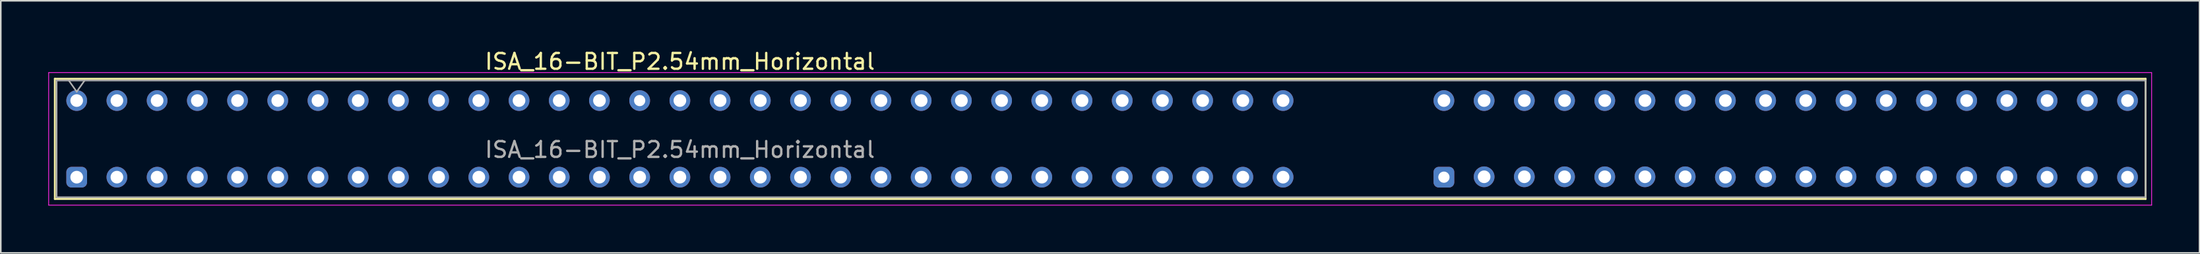
<source format=kicad_pcb>
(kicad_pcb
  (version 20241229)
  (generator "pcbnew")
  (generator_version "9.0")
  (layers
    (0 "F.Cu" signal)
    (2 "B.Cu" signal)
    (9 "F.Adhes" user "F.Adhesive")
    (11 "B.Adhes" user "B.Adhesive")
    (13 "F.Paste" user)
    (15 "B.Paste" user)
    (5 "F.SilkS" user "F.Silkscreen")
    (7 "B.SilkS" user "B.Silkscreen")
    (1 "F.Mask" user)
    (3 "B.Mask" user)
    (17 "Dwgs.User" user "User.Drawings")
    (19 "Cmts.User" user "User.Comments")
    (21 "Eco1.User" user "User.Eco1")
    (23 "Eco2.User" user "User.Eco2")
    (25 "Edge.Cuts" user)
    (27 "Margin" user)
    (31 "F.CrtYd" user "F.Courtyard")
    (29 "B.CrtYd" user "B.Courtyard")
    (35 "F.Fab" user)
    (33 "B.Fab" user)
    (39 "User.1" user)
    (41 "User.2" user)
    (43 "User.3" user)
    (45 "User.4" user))
  (footprint "ISA_16-BIT_P2.54mm_Horizontal"
    (layer "F.Cu")
    (at 65.299 5.604)
    (property "Reference" "ISA_16-BIT_P2.54mm_Horizontal" (at -25.404 -4.756 0) (layer "F.SilkS") (effects (font (size 1 1) (thickness 0.15))))
    (attr through_hole)
    (fp_line (start -64.884 -3.666) (end 67.179 -3.666) (stroke (width 0.12) (type solid)) (layer "F.SilkS"))
    (fp_line (start -64.884 3.945) (end -64.884 -3.666) (stroke (width 0.12) (type solid)) (layer "F.SilkS"))
    (fp_line (start 67.179 -3.666) (end 67.179 3.945) (stroke (width 0.12) (type solid)) (layer "F.SilkS"))
    (fp_line (start 67.179 3.945) (end -64.884 3.945) (stroke (width 0.12) (type solid)) (layer "F.SilkS"))
    (fp_line (start -65.274 -4.056) (end 67.56 -4.056) (stroke (width 0.05) (type solid)) (layer "F.CrtYd"))
    (fp_line (start -65.274 4.335) (end -65.274 -4.056) (stroke (width 0.05) (type solid)) (layer "F.CrtYd"))
    (fp_line (start 67.56 -4.056) (end 67.56 4.335) (stroke (width 0.05) (type solid)) (layer "F.CrtYd"))
    (fp_line (start 67.56 4.335) (end -65.274 4.335) (stroke (width 0.05) (type solid)) (layer "F.CrtYd"))
    (fp_line (start -64.774 -3.556) (end -64.774 3.835) (stroke (width 0.1) (type solid)) (layer "F.Fab"))
    (fp_line (start -64.774 -3.556) (end 67.179 -3.556) (stroke (width 0.1) (type solid)) (layer "F.Fab"))
    (fp_line (start -64.004 -3.556) (end -63.504 -2.849) (stroke (width 0.1) (type solid)) (layer "F.Fab"))
    (fp_line (start -63.504 -2.849) (end -63.004 -3.556) (stroke (width 0.1) (type solid)) (layer "F.Fab"))
    (fp_line (start 67.179 -3.556) (end 67.179 3.835) (stroke (width 0.1) (type solid)) (layer "F.Fab"))
    (fp_line (start 67.179 3.835) (end -64.774 3.835) (stroke (width 0.1) (type solid)) (layer "F.Fab"))
    (fp_text user "${REFERENCE}" (at -25.404 0.824 0) (layer "F.Fab") (effects (font (size 1 1) (thickness 0.15))))
    (pad "A1" thru_hole circle (at -63.504 -2.286) (size 1.31 1.31) (drill 0.8) (layers "*.Cu" "*.Mask"))
    (pad "A2" thru_hole circle (at -60.964 -2.286) (size 1.31 1.31) (drill 0.8) (layers "*.Cu" "*.Mask"))
    (pad "A3" thru_hole circle (at -58.424 -2.286) (size 1.31 1.31) (drill 0.8) (layers "*.Cu" "*.Mask"))
    (pad "A4" thru_hole circle (at -55.884 -2.286) (size 1.31 1.31) (drill 0.8) (layers "*.Cu" "*.Mask"))
    (pad "A5" thru_hole circle (at -53.344 -2.286) (size 1.31 1.31) (drill 0.8) (layers "*.Cu" "*.Mask"))
    (pad "A6" thru_hole circle (at -50.804 -2.286) (size 1.31 1.31) (drill 0.8) (layers "*.Cu" "*.Mask"))
    (pad "A7" thru_hole circle (at -48.264 -2.286) (size 1.31 1.31) (drill 0.8) (layers "*.Cu" "*.Mask"))
    (pad "A8" thru_hole circle (at -45.724 -2.286) (size 1.31 1.31) (drill 0.8) (layers "*.Cu" "*.Mask"))
    (pad "A9" thru_hole circle (at -43.184 -2.286) (size 1.31 1.31) (drill 0.8) (layers "*.Cu" "*.Mask"))
    (pad "A10" thru_hole circle (at -40.644 -2.286) (size 1.31 1.31) (drill 0.8) (layers "*.Cu" "*.Mask"))
    (pad "A11" thru_hole circle (at -38.104 -2.286) (size 1.31 1.31) (drill 0.8) (layers "*.Cu" "*.Mask"))
    (pad "A12" thru_hole circle (at -35.564 -2.286) (size 1.31 1.31) (drill 0.8) (layers "*.Cu" "*.Mask"))
    (pad "A13" thru_hole circle (at -33.024 -2.286) (size 1.31 1.31) (drill 0.8) (layers "*.Cu" "*.Mask"))
    (pad "A14" thru_hole circle (at -30.484 -2.286) (size 1.31 1.31) (drill 0.8) (layers "*.Cu" "*.Mask"))
    (pad "A15" thru_hole circle (at -27.944 -2.286 90) (size 1.31 1.31) (drill 0.71) (layers "*.Cu" "*.Mask"))
    (pad "A16" thru_hole circle (at -25.404 -2.286) (size 1.31 1.31) (drill 0.8) (layers "*.Cu" "*.Mask"))
    (pad "A17" thru_hole circle (at -22.864 -2.286) (size 1.31 1.31) (drill 0.8) (layers "*.Cu" "*.Mask"))
    (pad "A18" thru_hole circle (at -20.324 -2.286) (size 1.31 1.31) (drill 0.8) (layers "*.Cu" "*.Mask"))
    (pad "A19" thru_hole circle (at -17.784 -2.286) (size 1.31 1.31) (drill 0.8) (layers "*.Cu" "*.Mask"))
    (pad "A20" thru_hole circle (at -15.244 -2.286) (size 1.31 1.31) (drill 0.8) (layers "*.Cu" "*.Mask"))
    (pad "A21" thru_hole circle (at -12.704 -2.286) (size 1.31 1.31) (drill 0.8) (layers "*.Cu" "*.Mask"))
    (pad "A22" thru_hole circle (at -10.164 -2.286) (size 1.31 1.31) (drill 0.8) (layers "*.Cu" "*.Mask"))
    (pad "A23" thru_hole circle (at -7.624 -2.286) (size 1.31 1.31) (drill 0.8) (layers "*.Cu" "*.Mask"))
    (pad "A24" thru_hole circle (at -5.084 -2.286) (size 1.31 1.31) (drill 0.8) (layers "*.Cu" "*.Mask"))
    (pad "A25" thru_hole circle (at -2.544 -2.286) (size 1.31 1.31) (drill 0.8) (layers "*.Cu" "*.Mask"))
    (pad "A26" thru_hole circle (at -0.004 -2.286) (size 1.31 1.31) (drill 0.8) (layers "*.Cu" "*.Mask"))
    (pad "A27" thru_hole circle (at 2.536 -2.286) (size 1.31 1.31) (drill 0.8) (layers "*.Cu" "*.Mask"))
    (pad "A28" thru_hole circle (at 5.076 -2.286) (size 1.31 1.31) (drill 0.8) (layers "*.Cu" "*.Mask"))
    (pad "A29" thru_hole circle (at 7.616 -2.286) (size 1.31 1.31) (drill 0.8) (layers "*.Cu" "*.Mask"))
    (pad "A30" thru_hole circle (at 10.156 -2.286) (size 1.31 1.31) (drill 0.8) (layers "*.Cu" "*.Mask"))
    (pad "A31" thru_hole circle (at 12.696 -2.286) (size 1.31 1.31) (drill 0.8) (layers "*.Cu" "*.Mask"))
    (pad "B1" thru_hole roundrect (at -63.504 2.565) (size 1.31 1.31) (drill 0.8) (layers "*.Cu" "*.Mask") (roundrect_rratio 0.25))
    (pad "B2" thru_hole circle (at -60.964 2.564) (size 1.31 1.31) (drill 0.8) (layers "*.Cu" "*.Mask"))
    (pad "B3" thru_hole circle (at -58.424 2.565) (size 1.31 1.31) (drill 0.8) (layers "*.Cu" "*.Mask"))
    (pad "B4" thru_hole circle (at -55.884 2.565) (size 1.31 1.31) (drill 0.8) (layers "*.Cu" "*.Mask"))
    (pad "B5" thru_hole circle (at -53.344 2.565) (size 1.31 1.31) (drill 0.8) (layers "*.Cu" "*.Mask"))
    (pad "B6" thru_hole circle (at -50.804 2.565) (size 1.31 1.31) (drill 0.8) (layers "*.Cu" "*.Mask"))
    (pad "B7" thru_hole circle (at -48.264 2.565) (size 1.31 1.31) (drill 0.8) (layers "*.Cu" "*.Mask"))
    (pad "B8" thru_hole circle (at -45.724 2.565) (size 1.31 1.31) (drill 0.8) (layers "*.Cu" "*.Mask"))
    (pad "B9" thru_hole circle (at -43.184 2.565) (size 1.31 1.31) (drill 0.8) (layers "*.Cu" "*.Mask"))
    (pad "B10" thru_hole circle (at -40.644 2.565) (size 1.31 1.31) (drill 0.8) (layers "*.Cu" "*.Mask"))
    (pad "B11" thru_hole circle (at -38.104 2.565) (size 1.31 1.31) (drill 0.8) (layers "*.Cu" "*.Mask"))
    (pad "B12" thru_hole circle (at -35.564 2.565) (size 1.31 1.31) (drill 0.8) (layers "*.Cu" "*.Mask"))
    (pad "B13" thru_hole circle (at -33.024 2.565) (size 1.31 1.31) (drill 0.8) (layers "*.Cu" "*.Mask"))
    (pad "B14" thru_hole circle (at -30.484 2.565) (size 1.31 1.31) (drill 0.8) (layers "*.Cu" "*.Mask"))
    (pad "B15" thru_hole circle (at -27.944 2.565) (size 1.31 1.31) (drill 0.8) (layers "*.Cu" "*.Mask"))
    (pad "B16" thru_hole circle (at -25.404 2.565) (size 1.31 1.31) (drill 0.8) (layers "*.Cu" "*.Mask"))
    (pad "B17" thru_hole circle (at -22.864 2.565) (size 1.31 1.31) (drill 0.8) (layers "*.Cu" "*.Mask"))
    (pad "B18" thru_hole circle (at -20.324 2.565) (size 1.31 1.31) (drill 0.8) (layers "*.Cu" "*.Mask"))
    (pad "B19" thru_hole circle (at -17.784 2.565) (size 1.31 1.31) (drill 0.8) (layers "*.Cu" "*.Mask"))
    (pad "B20" thru_hole circle (at -15.244 2.565) (size 1.31 1.31) (drill 0.8) (layers "*.Cu" "*.Mask"))
    (pad "B21" thru_hole circle (at -12.704 2.565) (size 1.31 1.31) (drill 0.8) (layers "*.Cu" "*.Mask"))
    (pad "B22" thru_hole circle (at -10.164 2.565) (size 1.31 1.31) (drill 0.8) (layers "*.Cu" "*.Mask"))
    (pad "B23" thru_hole circle (at -7.624 2.565) (size 1.31 1.31) (drill 0.8) (layers "*.Cu" "*.Mask"))
    (pad "B24" thru_hole circle (at -5.084 2.565) (size 1.31 1.31) (drill 0.8) (layers "*.Cu" "*.Mask"))
    (pad "B25" thru_hole circle (at -2.544 2.565) (size 1.31 1.31) (drill 0.8) (layers "*.Cu" "*.Mask"))
    (pad "B26" thru_hole circle (at -0.004 2.565) (size 1.31 1.31) (drill 0.8) (layers "*.Cu" "*.Mask"))
    (pad "B27" thru_hole circle (at 2.536 2.565) (size 1.31 1.31) (drill 0.8) (layers "*.Cu" "*.Mask"))
    (pad "B28" thru_hole circle (at 5.076 2.565) (size 1.31 1.31) (drill 0.8) (layers "*.Cu" "*.Mask"))
    (pad "B29" thru_hole circle (at 7.616 2.565) (size 1.31 1.31) (drill 0.8) (layers "*.Cu" "*.Mask"))
    (pad "B30" thru_hole circle (at 10.156 2.565) (size 1.31 1.31) (drill 0.8) (layers "*.Cu" "*.Mask"))
    (pad "B31" thru_hole circle (at 12.696 2.565) (size 1.31 1.31) (drill 0.8) (layers "*.Cu" "*.Mask"))
    (pad "C1" thru_hole circle (at 22.856 -2.286) (size 1.31 1.31) (drill 0.8) (layers "*.Cu" "*.Mask"))
    (pad "C2" thru_hole circle (at 25.396 -2.286) (size 1.31 1.31) (drill 0.8) (layers "*.Cu" "*.Mask"))
    (pad "C3" thru_hole circle (at 27.936 -2.286) (size 1.31 1.31) (drill 0.8) (layers "*.Cu" "*.Mask"))
    (pad "C4" thru_hole circle (at 30.476 -2.286) (size 1.31 1.31) (drill 0.8) (layers "*.Cu" "*.Mask"))
    (pad "C5" thru_hole circle (at 33.016 -2.286) (size 1.31 1.31) (drill 0.8) (layers "*.Cu" "*.Mask"))
    (pad "C6" thru_hole circle (at 35.556 -2.286) (size 1.31 1.31) (drill 0.8) (layers "*.Cu" "*.Mask"))
    (pad "C7" thru_hole circle (at 38.096 -2.286) (size 1.31 1.31) (drill 0.8) (layers "*.Cu" "*.Mask"))
    (pad "C8" thru_hole circle (at 40.636 -2.286) (size 1.31 1.31) (drill 0.8) (layers "*.Cu" "*.Mask"))
    (pad "C9" thru_hole circle (at 43.176 -2.286) (size 1.31 1.31) (drill 0.8) (layers "*.Cu" "*.Mask"))
    (pad "C10" thru_hole circle (at 45.716 -2.286) (size 1.31 1.31) (drill 0.8) (layers "*.Cu" "*.Mask"))
    (pad "C11" thru_hole circle (at 48.256 -2.286) (size 1.31 1.31) (drill 0.8) (layers "*.Cu" "*.Mask"))
    (pad "C12" thru_hole circle (at 50.796 -2.286) (size 1.31 1.31) (drill 0.8) (layers "*.Cu" "*.Mask"))
    (pad "C13" thru_hole circle (at 53.336 -2.286) (size 1.31 1.31) (drill 0.8) (layers "*.Cu" "*.Mask"))
    (pad "C14" thru_hole circle (at 55.876 -2.286) (size 1.31 1.31) (drill 0.8) (layers "*.Cu" "*.Mask"))
    (pad "C15" thru_hole circle (at 58.416 -2.286) (size 1.31 1.31) (drill 0.8) (layers "*.Cu" "*.Mask"))
    (pad "C16" thru_hole circle (at 60.956 -2.286) (size 1.31 1.31) (drill 0.8) (layers "*.Cu" "*.Mask"))
    (pad "C17" thru_hole circle (at 63.496 -2.286) (size 1.31 1.31) (drill 0.8) (layers "*.Cu" "*.Mask"))
    (pad "C18" thru_hole circle (at 66.036 -2.286) (size 1.31 1.31) (drill 0.8) (layers "*.Cu" "*.Mask"))
    (pad "D1" thru_hole roundrect (at 22.856 2.565) (size 1.31 1.31) (drill 0.71) (layers "*.Cu" "*.Mask") (roundrect_rratio 0.25))
    (pad "D2" thru_hole circle (at 25.396 2.54) (size 1.31 1.31) (drill 0.8) (layers "*.Cu" "*.Mask"))
    (pad "D3" thru_hole circle (at 27.936 2.54) (size 1.31 1.31) (drill 0.8) (layers "*.Cu" "*.Mask"))
    (pad "D4" thru_hole circle (at 30.476 2.54) (size 1.31 1.31) (drill 0.8) (layers "*.Cu" "*.Mask"))
    (pad "D5" thru_hole circle (at 33.016 2.54) (size 1.31 1.31) (drill 0.8) (layers "*.Cu" "*.Mask"))
    (pad "D6" thru_hole circle (at 35.556 2.54) (size 1.31 1.31) (drill 0.8) (layers "*.Cu" "*.Mask"))
    (pad "D7" thru_hole circle (at 38.096 2.54) (size 1.31 1.31) (drill 0.8) (layers "*.Cu" "*.Mask"))
    (pad "D8" thru_hole circle (at 40.636 2.565) (size 1.31 1.31) (drill 0.8) (layers "*.Cu" "*.Mask"))
    (pad "D9" thru_hole circle (at 43.176 2.54) (size 1.31 1.31) (drill 0.8) (layers "*.Cu" "*.Mask"))
    (pad "D10" thru_hole circle (at 45.716 2.54) (size 1.31 1.31) (drill 0.8) (layers "*.Cu" "*.Mask"))
    (pad "D11" thru_hole circle (at 48.256 2.54) (size 1.31 1.31) (drill 0.8) (layers "*.Cu" "*.Mask"))
    (pad "D12" thru_hole circle (at 50.796 2.54) (size 1.31 1.31) (drill 0.8) (layers "*.Cu" "*.Mask"))
    (pad "D13" thru_hole circle (at 53.336 2.54) (size 1.31 1.31) (drill 0.8) (layers "*.Cu" "*.Mask"))
    (pad "D14" thru_hole circle (at 55.876 2.565) (size 1.31 1.31) (drill 0.8) (layers "*.Cu" "*.Mask"))
    (pad "D15" thru_hole circle (at 58.416 2.54) (size 1.31 1.31) (drill 0.8) (layers "*.Cu" "*.Mask"))
    (pad "D16" thru_hole circle (at 60.956 2.565) (size 1.31 1.31) (drill 0.8) (layers "*.Cu" "*.Mask"))
    (pad "D17" thru_hole circle (at 63.496 2.565) (size 1.31 1.31) (drill 0.8) (layers "*.Cu" "*.Mask"))
    (pad "D18" thru_hole circle (at 66.036 2.565) (size 1.31 1.31) (drill 0.8) (layers "*.Cu" "*.Mask")))
  (gr_rect
    (start -3 -3)
    (end 135.884 12.965)
    (stroke (width 0.1) (type default))
    (fill no)
    (layer "Edge.Cuts")))
</source>
